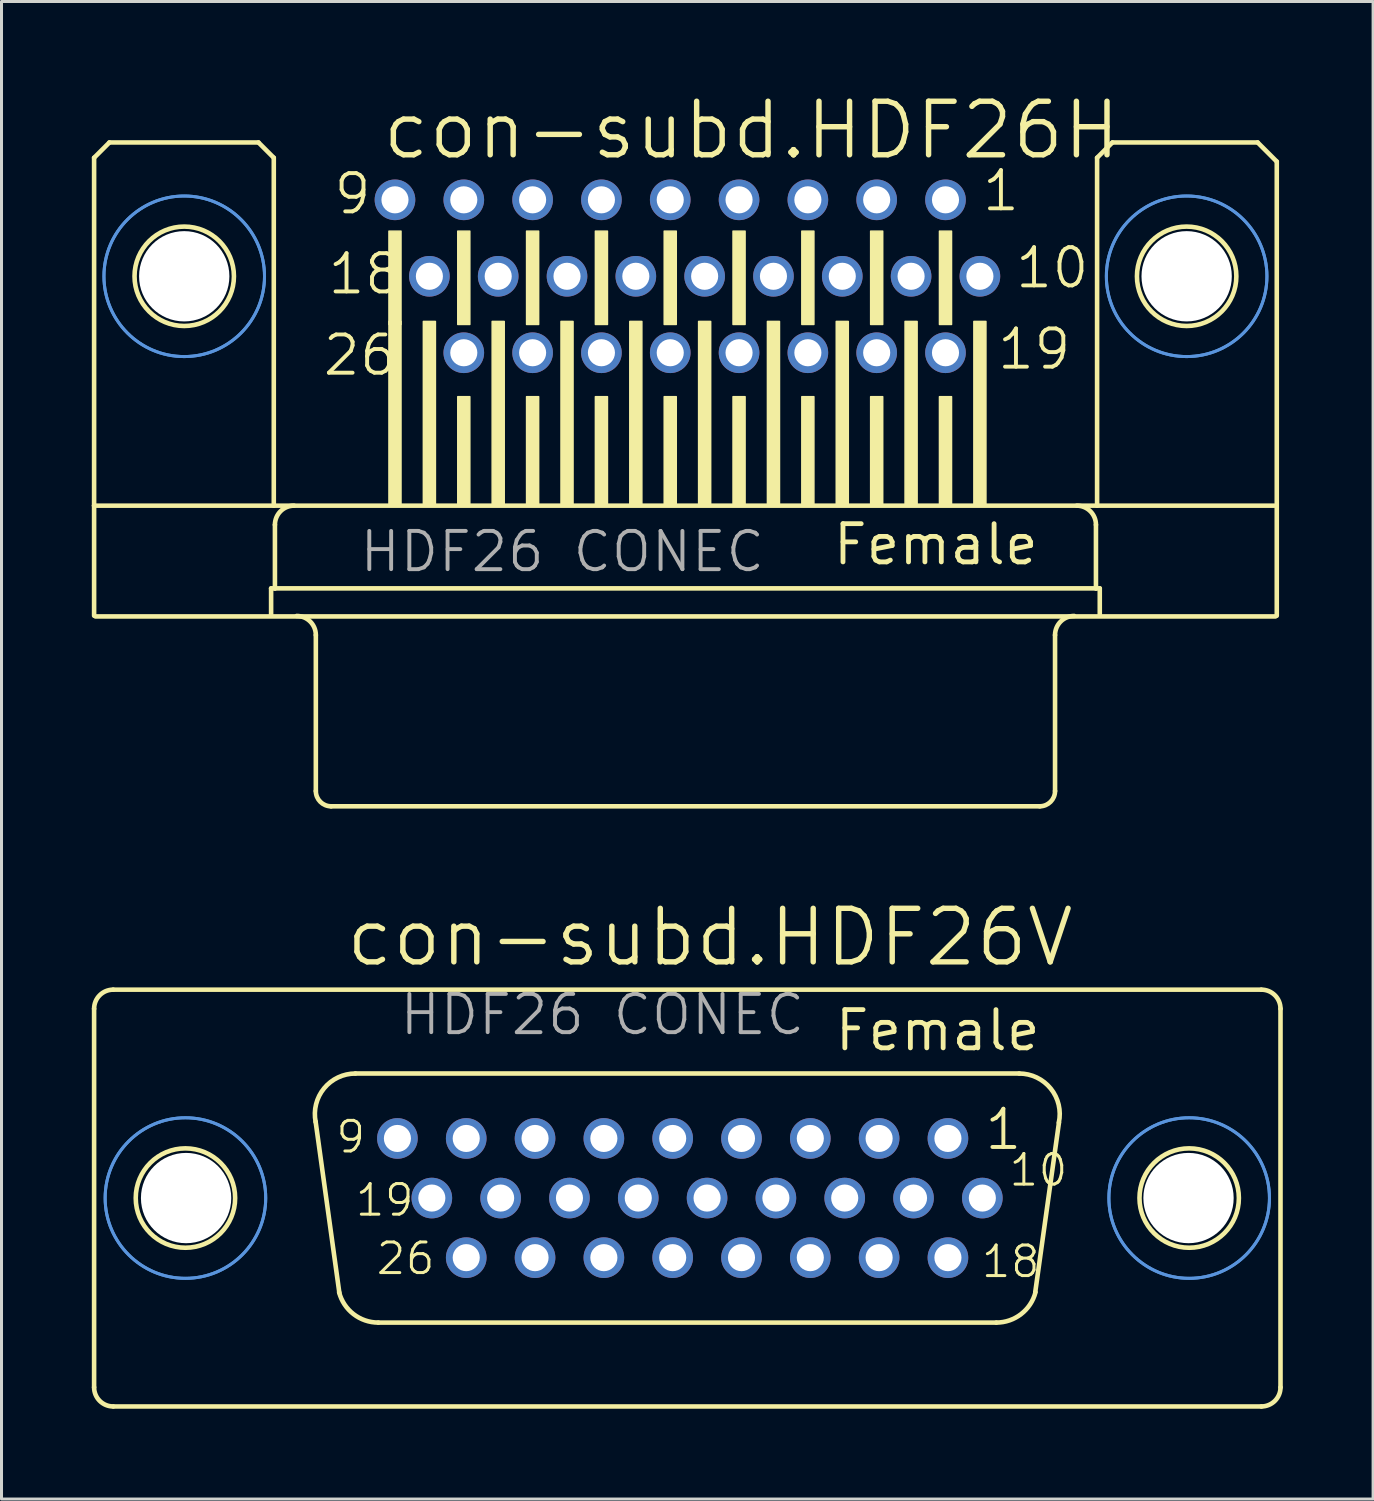
<source format=kicad_pcb>
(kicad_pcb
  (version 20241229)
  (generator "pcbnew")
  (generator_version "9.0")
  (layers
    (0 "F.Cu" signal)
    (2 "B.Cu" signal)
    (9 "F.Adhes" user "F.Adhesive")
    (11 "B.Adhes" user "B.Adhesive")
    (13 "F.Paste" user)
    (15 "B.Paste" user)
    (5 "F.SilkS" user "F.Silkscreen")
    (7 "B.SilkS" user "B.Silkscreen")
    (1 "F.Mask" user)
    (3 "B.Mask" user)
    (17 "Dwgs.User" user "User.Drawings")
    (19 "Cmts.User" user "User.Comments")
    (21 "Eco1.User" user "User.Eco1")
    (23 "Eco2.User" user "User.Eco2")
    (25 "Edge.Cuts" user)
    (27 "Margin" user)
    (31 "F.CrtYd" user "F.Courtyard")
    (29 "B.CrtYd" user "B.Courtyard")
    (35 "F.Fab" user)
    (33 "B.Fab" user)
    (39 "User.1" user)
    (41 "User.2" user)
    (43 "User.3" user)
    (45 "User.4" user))
  (footprint "con-subd.HDF26H"
    (layer "F.Cu")
    (at 19.72 6.128)
    (property "Reference" "con-subd.HDF26H" (at -10.16 -3.81 0) (layer "F.SilkS") (effects (font (size 1.778 1.778) (thickness 0.18)) (justify left bottom)))
    (attr through_hole)
    (fp_line (start -19.644 -3.937) (end -19.644 7.62) (stroke (width 0.152) (type default)) (layer "F.SilkS"))
    (fp_line (start -19.644 11.276) (end -19.644 7.62) (stroke (width 0.152) (type default)) (layer "F.SilkS"))
    (fp_line (start -19.6 11.3) (end 19.6 11.3) (stroke (width 0.152) (type default)) (layer "F.SilkS"))
    (fp_line (start -19.136 -4.445) (end -19.644 -3.937) (stroke (width 0.152) (type default)) (layer "F.SilkS"))
    (fp_line (start -14.183 -4.445) (end -19.136 -4.445) (stroke (width 0.152) (type default)) (layer "F.SilkS"))
    (fp_line (start -13.764 10.368) (end -13.764 11.276) (stroke (width 0.152) (type default)) (layer "F.SilkS"))
    (fp_line (start -13.675 -3.937) (end -14.183 -4.445) (stroke (width 0.152) (type default)) (layer "F.SilkS"))
    (fp_line (start -13.675 -3.937) (end -13.675 7.62) (stroke (width 0.152) (type default)) (layer "F.SilkS"))
    (fp_line (start -13.637 8.255) (end -13.637 10.368) (stroke (width 0.152) (type default)) (layer "F.SilkS"))
    (fp_line (start -13.637 10.368) (end -13.764 10.368) (stroke (width 0.152) (type default)) (layer "F.SilkS"))
    (fp_line (start -12.278 11.919) (end -12.278 17.099) (stroke (width 0.152) (type default)) (layer "F.SilkS"))
    (fp_line (start 11.77 17.607) (end -11.77 17.607) (stroke (width 0.152) (type default)) (layer "F.SilkS"))
    (fp_line (start 12.278 11.919) (end 12.278 17.099) (stroke (width 0.152) (type default)) (layer "F.SilkS"))
    (fp_line (start 13.637 8.255) (end 13.637 10.368) (stroke (width 0.152) (type default)) (layer "F.SilkS"))
    (fp_line (start 13.637 10.368) (end -13.637 10.368) (stroke (width 0.152) (type default)) (layer "F.SilkS"))
    (fp_line (start 13.675 -3.937) (end 13.675 7.62) (stroke (width 0.152) (type default)) (layer "F.SilkS"))
    (fp_line (start 13.764 10.368) (end 13.637 10.368) (stroke (width 0.152) (type default)) (layer "F.SilkS"))
    (fp_line (start 13.764 10.368) (end 13.764 11.276) (stroke (width 0.152) (type default)) (layer "F.SilkS"))
    (fp_line (start 14.183 -4.445) (end 13.675 -3.937) (stroke (width 0.152) (type default)) (layer "F.SilkS"))
    (fp_line (start 14.183 -4.445) (end 19.009 -4.445) (stroke (width 0.152) (type default)) (layer "F.SilkS"))
    (fp_line (start 19.009 -4.445) (end 19.644 -3.81) (stroke (width 0.152) (type default)) (layer "F.SilkS"))
    (fp_line (start 19.556 7.62) (end -19.644 7.62) (stroke (width 0.152) (type default)) (layer "F.SilkS"))
    (fp_line (start 19.644 -3.81) (end 19.644 11.276) (stroke (width 0.152) (type default)) (layer "F.SilkS"))
    (fp_rect (start -9.849 1.6) (end -9.449 -1.5) (stroke (width 0.05) (type default)) (fill yes) (layer "F.SilkS"))
    (fp_rect (start -9.849 7.6) (end -9.449 1.5) (stroke (width 0.05) (type default)) (fill yes) (layer "F.SilkS"))
    (fp_rect (start -8.706 7.6) (end -8.306 1.5) (stroke (width 0.05) (type default)) (fill yes) (layer "F.SilkS"))
    (fp_rect (start -7.563 1.6) (end -7.163 -1.5) (stroke (width 0.05) (type default)) (fill yes) (layer "F.SilkS"))
    (fp_rect (start -7.563 7.6) (end -7.163 4) (stroke (width 0.05) (type default)) (fill yes) (layer "F.SilkS"))
    (fp_rect (start -6.42 7.6) (end -6.02 1.5) (stroke (width 0.05) (type default)) (fill yes) (layer "F.SilkS"))
    (fp_rect (start -5.277 1.6) (end -4.877 -1.5) (stroke (width 0.05) (type default)) (fill yes) (layer "F.SilkS"))
    (fp_rect (start -5.277 7.6) (end -4.877 4) (stroke (width 0.05) (type default)) (fill yes) (layer "F.SilkS"))
    (fp_rect (start -4.134 7.6) (end -3.734 1.5) (stroke (width 0.05) (type default)) (fill yes) (layer "F.SilkS"))
    (fp_rect (start -2.991 1.6) (end -2.591 -1.5) (stroke (width 0.05) (type default)) (fill yes) (layer "F.SilkS"))
    (fp_rect (start -2.991 7.6) (end -2.591 4) (stroke (width 0.05) (type default)) (fill yes) (layer "F.SilkS"))
    (fp_rect (start -1.848 7.6) (end -1.448 1.5) (stroke (width 0.05) (type default)) (fill yes) (layer "F.SilkS"))
    (fp_rect (start -0.705 1.6) (end -0.305 -1.5) (stroke (width 0.05) (type default)) (fill yes) (layer "F.SilkS"))
    (fp_rect (start -0.705 7.6) (end -0.305 4) (stroke (width 0.05) (type default)) (fill yes) (layer "F.SilkS"))
    (fp_rect (start 0.438 7.6) (end 0.838 1.5) (stroke (width 0.05) (type default)) (fill yes) (layer "F.SilkS"))
    (fp_rect (start 1.581 1.6) (end 1.981 -1.5) (stroke (width 0.05) (type default)) (fill yes) (layer "F.SilkS"))
    (fp_rect (start 1.581 7.6) (end 1.981 4) (stroke (width 0.05) (type default)) (fill yes) (layer "F.SilkS"))
    (fp_rect (start 2.724 7.6) (end 3.124 1.5) (stroke (width 0.05) (type default)) (fill yes) (layer "F.SilkS"))
    (fp_rect (start 3.867 1.6) (end 4.267 -1.5) (stroke (width 0.05) (type default)) (fill yes) (layer "F.SilkS"))
    (fp_rect (start 3.867 7.6) (end 4.267 4) (stroke (width 0.05) (type default)) (fill yes) (layer "F.SilkS"))
    (fp_rect (start 5.01 7.6) (end 5.41 1.5) (stroke (width 0.05) (type default)) (fill yes) (layer "F.SilkS"))
    (fp_rect (start 6.153 1.6) (end 6.553 -1.5) (stroke (width 0.05) (type default)) (fill yes) (layer "F.SilkS"))
    (fp_rect (start 6.153 7.6) (end 6.553 4) (stroke (width 0.05) (type default)) (fill yes) (layer "F.SilkS"))
    (fp_rect (start 7.296 7.6) (end 7.696 1.5) (stroke (width 0.05) (type default)) (fill yes) (layer "F.SilkS"))
    (fp_rect (start 8.439 1.6) (end 8.839 -1.5) (stroke (width 0.05) (type default)) (fill yes) (layer "F.SilkS"))
    (fp_rect (start 8.439 7.6) (end 8.839 4) (stroke (width 0.05) (type default)) (fill yes) (layer "F.SilkS"))
    (fp_rect (start 9.582 7.6) (end 9.982 1.5) (stroke (width 0.05) (type default)) (fill yes) (layer "F.SilkS"))
    (fp_arc (start -13.637 8.255) (mid -13.451013 7.805987) (end -13.002 7.62) (stroke (width 0.1524) (type default)) (layer "F.SilkS"))
    (fp_arc (start -12.913 11.284) (mid -12.463987 11.469987) (end -12.278 11.919) (stroke (width 0.1524) (type default)) (layer "F.SilkS"))
    (fp_arc (start -11.77 17.607) (mid -12.12921 17.45821) (end -12.278 17.099) (stroke (width 0.1524) (type default)) (layer "F.SilkS"))
    (fp_arc (start 12.278 11.919) (mid 12.463987 11.469987) (end 12.913 11.284) (stroke (width 0.1524) (type default)) (layer "F.SilkS"))
    (fp_arc (start 12.278 17.099) (mid 12.12921 17.45821) (end 11.77 17.607) (stroke (width 0.1524) (type default)) (layer "F.SilkS"))
    (fp_arc (start 13.002 7.62) (mid 13.451013 7.805987) (end 13.637 8.255) (stroke (width 0.1524) (type default)) (layer "F.SilkS"))
    (fp_circle (center -16.65 0) (end -14.999 0) (stroke (width 0.152) (type default)) (fill no) (layer "F.SilkS"))
    (fp_circle (center 16.65 0) (end 18.301 0) (stroke (width 0.152) (type default)) (fill no) (layer "F.SilkS"))
    (fp_circle (center -16.65 0) (end -13.983 0) (stroke (width 0.1) (type default)) (fill no) (layer "Cmts.User"))
    (fp_circle (center -16.65 0) (end -13.983 0) (stroke (width 0.1) (type default)) (fill no) (layer "Cmts.User"))
    (fp_circle (center 16.65 0) (end 19.317 0) (stroke (width 0.1) (type default)) (fill no) (layer "Cmts.User"))
    (fp_circle (center 16.65 0) (end 19.317 0) (stroke (width 0.1) (type default)) (fill no) (layer "Cmts.User"))
    (fp_text user "26" (at -12.111 3.365 0) (layer "F.SilkS") (effects (font (size 1.27 1.27) (thickness 0.13)) (justify left bottom)))
    (fp_text user "1" (at 9.79 -2.095 0) (layer "F.SilkS") (effects (font (size 1.27 1.27) (thickness 0.13)) (justify left bottom)))
    (fp_text user "Female" (at 4.826 9.652 0) (layer "F.SilkS") (effects (font (size 1.27 1.27) (thickness 0.16)) (justify left bottom)))
    (fp_text user "10" (at 10.89 0.465 0) (layer "F.SilkS") (effects (font (size 1.27 1.27) (thickness 0.13)) (justify left bottom)))
    (fp_text user "18" (at -11.949 0.665 0) (layer "F.SilkS") (effects (font (size 1.27 1.27) (thickness 0.13)) (justify left bottom)))
    (fp_text user "19" (at 10.29 3.165 0) (layer "F.SilkS") (effects (font (size 1.27 1.27) (thickness 0.13)) (justify left bottom)))
    (fp_text user "9" (at -11.749 -1.995 0) (layer "F.SilkS") (effects (font (size 1.27 1.27) (thickness 0.13)) (justify left bottom)))
    (fp_text user "HDF26 CONEC" (at -10.89 9.891 0) (layer "F.Fab") (effects (font (size 1.27 1.27) (thickness 0.13)) (justify left bottom)))
    (pad "" np_thru_hole circle (at -16.65 0) (size 3 3) (drill 3) (layers "*.Cu" "*.Mask"))
    (pad "" np_thru_hole circle (at 16.65 0) (size 3 3) (drill 3) (layers "*.Cu" "*.Mask"))
    (pad "1" thru_hole circle (at 8.639 -2.54) (size 1.35 1.35) (drill 0.9) (layers "*.Cu" "*.Mask"))
    (pad "2" thru_hole circle (at 6.353 -2.54) (size 1.35 1.35) (drill 0.9) (layers "*.Cu" "*.Mask"))
    (pad "3" thru_hole circle (at 4.067 -2.54) (size 1.35 1.35) (drill 0.9) (layers "*.Cu" "*.Mask"))
    (pad "4" thru_hole circle (at 1.781 -2.54) (size 1.35 1.35) (drill 0.9) (layers "*.Cu" "*.Mask"))
    (pad "5" thru_hole circle (at -0.505 -2.54) (size 1.35 1.35) (drill 0.9) (layers "*.Cu" "*.Mask"))
    (pad "6" thru_hole circle (at -2.791 -2.54) (size 1.35 1.35) (drill 0.9) (layers "*.Cu" "*.Mask"))
    (pad "7" thru_hole circle (at -5.077 -2.54) (size 1.35 1.35) (drill 0.9) (layers "*.Cu" "*.Mask"))
    (pad "8" thru_hole circle (at -7.363 -2.54) (size 1.35 1.35) (drill 0.9) (layers "*.Cu" "*.Mask"))
    (pad "9" thru_hole circle (at -9.649 -2.54) (size 1.35 1.35) (drill 0.9) (layers "*.Cu" "*.Mask"))
    (pad "10" thru_hole circle (at 9.782 0) (size 1.35 1.35) (drill 0.9) (layers "*.Cu" "*.Mask"))
    (pad "11" thru_hole circle (at 7.496 0) (size 1.35 1.35) (drill 0.9) (layers "*.Cu" "*.Mask"))
    (pad "12" thru_hole circle (at 5.21 0) (size 1.35 1.35) (drill 0.9) (layers "*.Cu" "*.Mask"))
    (pad "13" thru_hole circle (at 2.924 0) (size 1.35 1.35) (drill 0.9) (layers "*.Cu" "*.Mask"))
    (pad "14" thru_hole circle (at 0.638 0) (size 1.35 1.35) (drill 0.9) (layers "*.Cu" "*.Mask"))
    (pad "15" thru_hole circle (at -1.648 0) (size 1.35 1.35) (drill 0.9) (layers "*.Cu" "*.Mask"))
    (pad "16" thru_hole circle (at -3.934 0) (size 1.35 1.35) (drill 0.9) (layers "*.Cu" "*.Mask"))
    (pad "17" thru_hole circle (at -6.22 0) (size 1.35 1.35) (drill 0.9) (layers "*.Cu" "*.Mask"))
    (pad "18" thru_hole circle (at -8.506 0) (size 1.35 1.35) (drill 0.9) (layers "*.Cu" "*.Mask"))
    (pad "19" thru_hole circle (at 8.639 2.54) (size 1.35 1.35) (drill 0.9) (layers "*.Cu" "*.Mask"))
    (pad "20" thru_hole circle (at 6.353 2.54) (size 1.35 1.35) (drill 0.9) (layers "*.Cu" "*.Mask"))
    (pad "21" thru_hole circle (at 4.067 2.54) (size 1.35 1.35) (drill 0.9) (layers "*.Cu" "*.Mask"))
    (pad "22" thru_hole circle (at 1.781 2.54) (size 1.35 1.35) (drill 0.9) (layers "*.Cu" "*.Mask"))
    (pad "23" thru_hole circle (at -0.505 2.54) (size 1.35 1.35) (drill 0.9) (layers "*.Cu" "*.Mask"))
    (pad "24" thru_hole circle (at -2.791 2.54) (size 1.35 1.35) (drill 0.9) (layers "*.Cu" "*.Mask"))
    (pad "25" thru_hole circle (at -5.077 2.54) (size 1.35 1.35) (drill 0.9) (layers "*.Cu" "*.Mask"))
    (pad "26" thru_hole circle (at -7.363 2.54) (size 1.35 1.35) (drill 0.9) (layers "*.Cu" "*.Mask")))
  (footprint "con-subd.HDF26V"
    (layer "F.Cu")
    (at 19.782 36.749)
    (property "Reference" "con-subd.HDF26V" (at -11.43 -7.62 0) (layer "F.SilkS") (effects (font (size 1.778 1.778) (thickness 0.18)) (justify left bottom)))
    (attr through_hole)
    (fp_line (start -19.706 -6.288) (end -19.706 6.288) (stroke (width 0.152) (type default)) (layer "F.SilkS"))
    (fp_line (start -19.063 6.923) (end 19.071 6.923) (stroke (width 0.152) (type default)) (layer "F.SilkS"))
    (fp_line (start -11.559 3.146) (end -12.347 -2.537) (stroke (width 0.152) (type default)) (layer "F.SilkS"))
    (fp_line (start -11.026 -4.137) (end 11.026 -4.137) (stroke (width 0.152) (type default)) (layer "F.SilkS"))
    (fp_line (start -10.264 4.137) (end 10.264 4.137) (stroke (width 0.152) (type default)) (layer "F.SilkS"))
    (fp_line (start 12.347 -2.511) (end 11.559 3.121) (stroke (width 0.152) (type default)) (layer "F.SilkS"))
    (fp_line (start 19.063 -6.923) (end -19.071 -6.923) (stroke (width 0.152) (type default)) (layer "F.SilkS"))
    (fp_line (start 19.706 -6.288) (end 19.706 6.288) (stroke (width 0.152) (type default)) (layer "F.SilkS"))
    (fp_arc (start -19.706 -6.288) (mid -19.520013 -6.737013) (end -19.071 -6.923) (stroke (width 0.1524) (type default)) (layer "F.SilkS"))
    (fp_arc (start -19.071 6.923) (mid -19.520013 6.737013) (end -19.706 6.288) (stroke (width 0.1524) (type default)) (layer "F.SilkS"))
    (fp_arc (start -12.3461 -2.5268) (mid -12.067082 -3.644284) (end -11.026 -4.137) (stroke (width 0.1524) (type default)) (layer "F.SilkS"))
    (fp_arc (start -10.264 4.137) (mid -11.0875 3.855746) (end -11.5669 3.1295) (stroke (width 0.1524) (type default)) (layer "F.SilkS"))
    (fp_arc (start 11.026 -4.137) (mid 12.074556 -3.635184) (end 12.3415 -2.5038) (stroke (width 0.1524) (type default)) (layer "F.SilkS"))
    (fp_arc (start 11.5669 3.1295) (mid 11.0875 3.855746) (end 10.264 4.137) (stroke (width 0.1524) (type default)) (layer "F.SilkS"))
    (fp_arc (start 19.071 -6.923) (mid 19.520013 -6.737013) (end 19.706 -6.288) (stroke (width 0.1524) (type default)) (layer "F.SilkS"))
    (fp_arc (start 19.706 6.288) (mid 19.520013 6.737013) (end 19.071 6.923) (stroke (width 0.1524) (type default)) (layer "F.SilkS"))
    (fp_circle (center -16.672 0) (end -15.021 0) (stroke (width 0.152) (type default)) (fill no) (layer "F.SilkS"))
    (fp_circle (center 16.672 0) (end 18.323 0) (stroke (width 0.152) (type default)) (fill no) (layer "F.SilkS"))
    (fp_circle (center -16.672 0) (end -14.005 0) (stroke (width 0.1) (type default)) (fill no) (layer "Cmts.User"))
    (fp_circle (center -16.672 0) (end -14.005 0) (stroke (width 0.1) (type default)) (fill no) (layer "Cmts.User"))
    (fp_circle (center 16.672 0) (end 19.339 0) (stroke (width 0.1) (type default)) (fill no) (layer "Cmts.User"))
    (fp_circle (center 16.672 0) (end 19.339 0) (stroke (width 0.1) (type default)) (fill no) (layer "Cmts.User"))
    (fp_text user "1" (at 9.809 -1.535 0) (layer "F.SilkS") (effects (font (size 1.27 1.27) (thickness 0.13)) (justify left bottom)))
    (fp_text user "26" (at -10.392 2.605 0) (layer "F.SilkS") (effects (font (size 1.016 1.016) (thickness 0.1)) (justify left bottom)))
    (fp_text user "19" (at -11.087 0.665 0) (layer "F.SilkS") (effects (font (size 1.016 1.016) (thickness 0.1)) (justify left bottom)))
    (fp_text user "18" (at 9.709 2.705 0) (layer "F.SilkS") (effects (font (size 1.016 1.016) (thickness 0.1)) (justify left bottom)))
    (fp_text user "Female" (at 4.826 -4.826 0) (layer "F.SilkS") (effects (font (size 1.27 1.27) (thickness 0.16)) (justify left bottom)))
    (fp_text user "9" (at -11.73 -1.435 0) (layer "F.SilkS") (effects (font (size 1.016 1.016) (thickness 0.1)) (justify left bottom)))
    (fp_text user "10" (at 10.63 -0.335 0) (layer "F.SilkS") (effects (font (size 1.016 1.016) (thickness 0.1)) (justify left bottom)))
    (fp_text user "HDF26 CONEC" (at -9.62 -5.349 0) (layer "F.Fab") (effects (font (size 1.27 1.27) (thickness 0.13)) (justify left bottom)))
    (pad "" np_thru_hole circle (at -16.65 0) (size 3 3) (drill 3) (layers "*.Cu" "*.Mask"))
    (pad "" np_thru_hole circle (at 16.65 0) (size 3 3) (drill 3) (layers "*.Cu" "*.Mask"))
    (pad "1" thru_hole circle (at 8.658 -1.98) (size 1.35 1.35) (drill 0.9) (layers "*.Cu" "*.Mask"))
    (pad "2" thru_hole circle (at 6.372 -1.98) (size 1.35 1.35) (drill 0.9) (layers "*.Cu" "*.Mask"))
    (pad "3" thru_hole circle (at 4.086 -1.98) (size 1.35 1.35) (drill 0.9) (layers "*.Cu" "*.Mask"))
    (pad "4" thru_hole circle (at 1.8 -1.98) (size 1.35 1.35) (drill 0.9) (layers "*.Cu" "*.Mask"))
    (pad "5" thru_hole circle (at -0.486 -1.98) (size 1.35 1.35) (drill 0.9) (layers "*.Cu" "*.Mask"))
    (pad "6" thru_hole circle (at -2.772 -1.98) (size 1.35 1.35) (drill 0.9) (layers "*.Cu" "*.Mask"))
    (pad "7" thru_hole circle (at -5.058 -1.98) (size 1.35 1.35) (drill 0.9) (layers "*.Cu" "*.Mask"))
    (pad "8" thru_hole circle (at -7.344 -1.98) (size 1.35 1.35) (drill 0.9) (layers "*.Cu" "*.Mask"))
    (pad "9" thru_hole circle (at -9.63 -1.98) (size 1.35 1.35) (drill 0.9) (layers "*.Cu" "*.Mask"))
    (pad "10" thru_hole circle (at 9.801 0) (size 1.35 1.35) (drill 0.9) (layers "*.Cu" "*.Mask"))
    (pad "11" thru_hole circle (at 7.515 0) (size 1.35 1.35) (drill 0.9) (layers "*.Cu" "*.Mask"))
    (pad "12" thru_hole circle (at 5.229 0) (size 1.35 1.35) (drill 0.9) (layers "*.Cu" "*.Mask"))
    (pad "13" thru_hole circle (at 2.943 0) (size 1.35 1.35) (drill 0.9) (layers "*.Cu" "*.Mask"))
    (pad "14" thru_hole circle (at 0.657 0) (size 1.35 1.35) (drill 0.9) (layers "*.Cu" "*.Mask"))
    (pad "15" thru_hole circle (at -1.629 0) (size 1.35 1.35) (drill 0.9) (layers "*.Cu" "*.Mask"))
    (pad "16" thru_hole circle (at -3.915 0) (size 1.35 1.35) (drill 0.9) (layers "*.Cu" "*.Mask"))
    (pad "17" thru_hole circle (at -6.201 0) (size 1.35 1.35) (drill 0.9) (layers "*.Cu" "*.Mask"))
    (pad "18" thru_hole circle (at -8.487 0) (size 1.35 1.35) (drill 0.9) (layers "*.Cu" "*.Mask"))
    (pad "19" thru_hole circle (at 8.658 1.98) (size 1.35 1.35) (drill 0.9) (layers "*.Cu" "*.Mask"))
    (pad "20" thru_hole circle (at 6.372 1.98) (size 1.35 1.35) (drill 0.9) (layers "*.Cu" "*.Mask"))
    (pad "21" thru_hole circle (at 4.086 1.98) (size 1.35 1.35) (drill 0.9) (layers "*.Cu" "*.Mask"))
    (pad "22" thru_hole circle (at 1.8 1.98) (size 1.35 1.35) (drill 0.9) (layers "*.Cu" "*.Mask"))
    (pad "23" thru_hole circle (at -0.486 1.98) (size 1.35 1.35) (drill 0.9) (layers "*.Cu" "*.Mask"))
    (pad "24" thru_hole circle (at -2.772 1.98) (size 1.35 1.35) (drill 0.9) (layers "*.Cu" "*.Mask"))
    (pad "25" thru_hole circle (at -5.058 1.98) (size 1.35 1.35) (drill 0.9) (layers "*.Cu" "*.Mask"))
    (pad "26" thru_hole circle (at -7.344 1.98) (size 1.35 1.35) (drill 0.9) (layers "*.Cu" "*.Mask")))
  (gr_rect
    (start -3 -3)
    (end 42.564 46.748)
    (stroke (width 0.1) (type default))
    (fill no)
    (layer "Edge.Cuts")))
</source>
